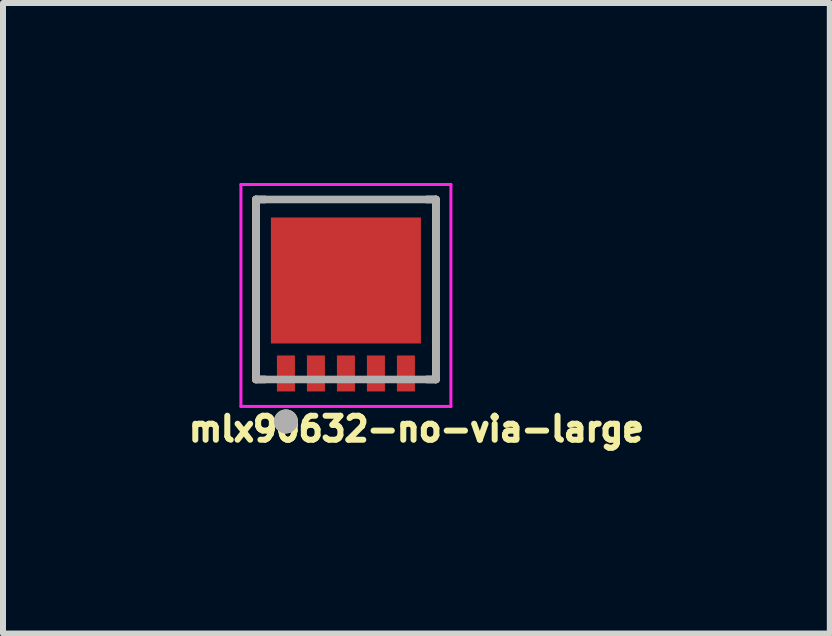
<source format=kicad_pcb>
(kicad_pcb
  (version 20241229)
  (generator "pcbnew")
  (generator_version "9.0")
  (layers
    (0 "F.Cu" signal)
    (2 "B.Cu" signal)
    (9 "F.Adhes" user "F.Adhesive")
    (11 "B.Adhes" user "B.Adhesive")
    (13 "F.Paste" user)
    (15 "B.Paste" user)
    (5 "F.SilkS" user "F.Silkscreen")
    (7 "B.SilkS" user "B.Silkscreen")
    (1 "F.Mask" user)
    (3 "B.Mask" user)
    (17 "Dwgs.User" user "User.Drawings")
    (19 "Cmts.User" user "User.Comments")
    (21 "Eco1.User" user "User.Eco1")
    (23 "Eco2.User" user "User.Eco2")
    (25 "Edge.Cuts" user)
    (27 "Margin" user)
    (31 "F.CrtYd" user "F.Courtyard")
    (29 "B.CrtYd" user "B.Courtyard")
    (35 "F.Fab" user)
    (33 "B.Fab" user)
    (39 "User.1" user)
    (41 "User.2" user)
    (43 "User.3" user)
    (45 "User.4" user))
  (footprint "mlx90632-no-via-large"
    (layer "F.Cu")
    (at 2.616 1.725)
    (property "Reference" "mlx90632-no-via-large" (at 1.275 2.375 180) (layer "F.SilkS") (effects (font (size 0.4 0.4) (thickness 0.1))))
    (attr through_hole)
    (fp_line (start -1.4 -1.45) (end -1.25 -1.45) (stroke (width 0.127) (type solid)) (layer "F.SilkS"))
    (fp_line (start -1.4 1.55) (end -1.4 -1.45) (stroke (width 0.127) (type solid)) (layer "F.SilkS"))
    (fp_line (start -1.25 1.55) (end -1.4 1.55) (stroke (width 0.127) (type solid)) (layer "F.SilkS"))
    (fp_line (start 1.45 -1.45) (end 1.6 -1.45) (stroke (width 0.127) (type solid)) (layer "F.SilkS"))
    (fp_line (start 1.6 -1.45) (end 1.6 1.55) (stroke (width 0.127) (type solid)) (layer "F.SilkS"))
    (fp_line (start 1.6 1.55) (end 1.45 1.55) (stroke (width 0.127) (type solid)) (layer "F.SilkS"))
    (fp_circle (center -0.9 2.25) (end -0.9 2.15) (stroke (width 0.2) (type solid)) (fill no) (layer "F.SilkS"))
    (fp_poly (pts (xy -1 -0.75) (xy -1 -1) (xy -0.75 -1) (xy -0.75 -0.75)) (stroke (width 0.01) (type solid)) (fill yes) (layer "F.Paste"))
    (fp_poly (pts (xy -1 -0.4) (xy -1 -0.6) (xy -0.8 -0.6) (xy -0.8 -0.4)) (stroke (width 0.01) (type solid)) (fill yes) (layer "F.Paste"))
    (fp_poly (pts (xy -1 0) (xy -1 -0.2) (xy -0.75 -0.2) (xy -0.75 0)) (stroke (width 0.01) (type solid)) (fill yes) (layer "F.Paste"))
    (fp_poly (pts (xy -1 0.4) (xy -1 0.2) (xy -0.8 0.2) (xy -0.8 0.4)) (stroke (width 0.01) (type solid)) (fill yes) (layer "F.Paste"))
    (fp_poly (pts (xy -1 0.8) (xy -1 0.55) (xy -0.75 0.55) (xy -0.75 0.8)) (stroke (width 0.01) (type solid)) (fill yes) (layer "F.Paste"))
    (fp_poly (pts (xy -0.5 -0.8) (xy -0.5 -1) (xy -0.3 -1) (xy -0.3 -0.8)) (stroke (width 0.01) (type solid)) (fill yes) (layer "F.Paste"))
    (fp_poly (pts (xy -0.5 -0.4) (xy -0.5 -0.6) (xy -0.3 -0.6) (xy -0.3 -0.4)) (stroke (width 0.01) (type solid)) (fill yes) (layer "F.Paste"))
    (fp_poly (pts (xy -0.5 0) (xy -0.5 -0.2) (xy -0.3 -0.2) (xy -0.3 0)) (stroke (width 0.01) (type solid)) (fill yes) (layer "F.Paste"))
    (fp_poly (pts (xy -0.5 0.4) (xy -0.5 0.2) (xy -0.3 0.2) (xy -0.3 0.4)) (stroke (width 0.01) (type solid)) (fill yes) (layer "F.Paste"))
    (fp_poly (pts (xy -0.5 0.8) (xy -0.5 0.6) (xy -0.3 0.6) (xy -0.3 0.8)) (stroke (width 0.01) (type solid)) (fill yes) (layer "F.Paste"))
    (fp_poly (pts (xy 0 -0.75) (xy 0 -1) (xy 0.2 -1) (xy 0.2 -0.75)) (stroke (width 0.01) (type solid)) (fill yes) (layer "F.Paste"))
    (fp_poly (pts (xy 0 -0.4) (xy 0 -0.6) (xy 0.2 -0.6) (xy 0.2 -0.4)) (stroke (width 0.01) (type solid)) (fill yes) (layer "F.Paste"))
    (fp_poly (pts (xy 0 0) (xy 0 -0.2) (xy 0.2 -0.2) (xy 0.2 0)) (stroke (width 0.01) (type solid)) (fill yes) (layer "F.Paste"))
    (fp_poly (pts (xy 0 0.4) (xy 0 0.2) (xy 0.2 0.2) (xy 0.2 0.4)) (stroke (width 0.01) (type solid)) (fill yes) (layer "F.Paste"))
    (fp_poly (pts (xy 0 0.8) (xy 0 0.55) (xy 0.2 0.55) (xy 0.2 0.8)) (stroke (width 0.01) (type solid)) (fill yes) (layer "F.Paste"))
    (fp_poly (pts (xy 0.5 -0.8) (xy 0.5 -1) (xy 0.7 -1) (xy 0.7 -0.8)) (stroke (width 0.01) (type solid)) (fill yes) (layer "F.Paste"))
    (fp_poly (pts (xy 0.5 -0.4) (xy 0.5 -0.6) (xy 0.7 -0.6) (xy 0.7 -0.4)) (stroke (width 0.01) (type solid)) (fill yes) (layer "F.Paste"))
    (fp_poly (pts (xy 0.5 0) (xy 0.5 -0.2) (xy 0.7 -0.2) (xy 0.7 0)) (stroke (width 0.01) (type solid)) (fill yes) (layer "F.Paste"))
    (fp_poly (pts (xy 0.5 0.4) (xy 0.5 0.2) (xy 0.7 0.2) (xy 0.7 0.4)) (stroke (width 0.01) (type solid)) (fill yes) (layer "F.Paste"))
    (fp_poly (pts (xy 0.5 0.8) (xy 0.5 0.6) (xy 0.7 0.6) (xy 0.7 0.8)) (stroke (width 0.01) (type solid)) (fill yes) (layer "F.Paste"))
    (fp_poly (pts (xy 0.95 -0.75) (xy 0.95 -1) (xy 1.2 -1) (xy 1.2 -0.75)) (stroke (width 0.01) (type solid)) (fill yes) (layer "F.Paste"))
    (fp_poly (pts (xy 0.95 0) (xy 0.95 -0.2) (xy 1.2 -0.2) (xy 1.2 0)) (stroke (width 0.01) (type solid)) (fill yes) (layer "F.Paste"))
    (fp_poly (pts (xy 0.95 0.8) (xy 0.95 0.55) (xy 1.2 0.55) (xy 1.2 0.8)) (stroke (width 0.01) (type solid)) (fill yes) (layer "F.Paste"))
    (fp_poly (pts (xy 1 -0.4) (xy 1 -0.6) (xy 1.2 -0.6) (xy 1.2 -0.4)) (stroke (width 0.01) (type solid)) (fill yes) (layer "F.Paste"))
    (fp_poly (pts (xy 1 0.4) (xy 1 0.2) (xy 1.2 0.2) (xy 1.2 0.4)) (stroke (width 0.01) (type solid)) (fill yes) (layer "F.Paste"))
    (fp_line (start -1.65 -1.7) (end 1.85 -1.7) (stroke (width 0.05) (type solid)) (layer "F.CrtYd"))
    (fp_line (start -1.65 2) (end -1.65 -1.7) (stroke (width 0.05) (type solid)) (layer "F.CrtYd"))
    (fp_line (start 1.85 -1.7) (end 1.85 2) (stroke (width 0.05) (type solid)) (layer "F.CrtYd"))
    (fp_line (start 1.85 2) (end -1.65 2) (stroke (width 0.05) (type solid)) (layer "F.CrtYd"))
    (fp_line (start -1.4 -1.45) (end 1.6 -1.45) (stroke (width 0.127) (type solid)) (layer "F.Fab"))
    (fp_line (start -1.4 1.55) (end -1.4 -1.45) (stroke (width 0.127) (type solid)) (layer "F.Fab"))
    (fp_line (start 1.6 -1.45) (end 1.6 1.55) (stroke (width 0.127) (type solid)) (layer "F.Fab"))
    (fp_line (start 1.6 1.55) (end -1.4 1.55) (stroke (width 0.127) (type solid)) (layer "F.Fab"))
    (fp_circle (center -0.9 2.25) (end -0.9 2.15) (stroke (width 0.2) (type solid)) (fill no) (layer "F.Fab"))
    (pad "1" smd rect (at -0.9 1.45 90) (size 0.6 0.3) (layers "F.Cu" "F.Mask" "F.Paste"))
    (pad "2" smd rect (at -0.4 1.45 90) (size 0.6 0.3) (layers "F.Cu" "F.Mask" "F.Paste"))
    (pad "3" smd rect (at 0.1 1.45 90) (size 0.6 0.3) (layers "F.Cu" "F.Mask" "F.Paste"))
    (pad "4" smd rect (at 0.6 1.45 90) (size 0.6 0.3) (layers "F.Cu" "F.Mask" "F.Paste"))
    (pad "5" smd rect (at 1.1 1.45 90) (size 0.6 0.3) (layers "F.Cu" "F.Mask" "F.Paste"))
    (pad "6" smd rect (at 0.1 -0.1 90) (size 2.1 2.5) (layers "F.Cu" "F.Mask")))
  (gr_rect
    (start -3 -3)
    (end 10.782 7.51)
    (stroke (width 0.1) (type default))
    (fill no)
    (layer "Edge.Cuts")))
</source>
